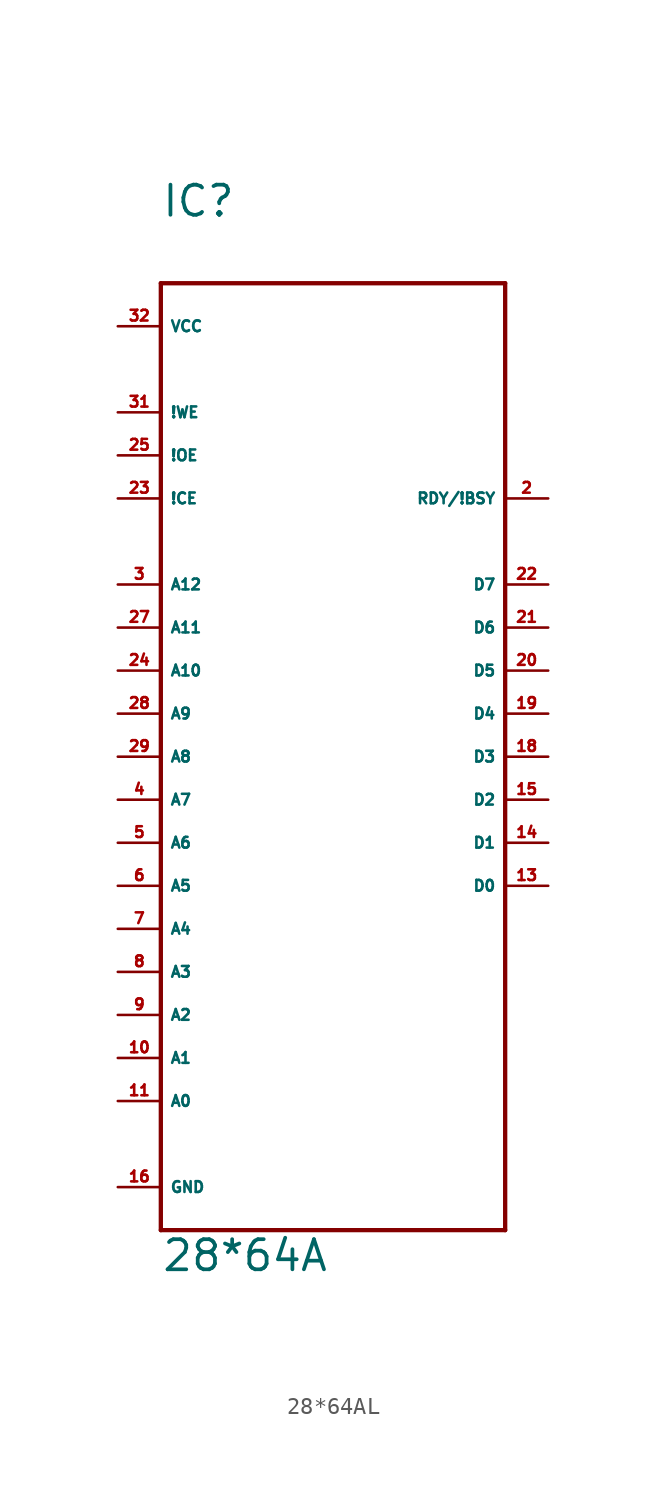
<source format=kicad_sym>
(kicad_symbol_lib
  (version 20220914)
  (generator Eagle2Kicad)
  (symbol "28*64AL"
    (property "Reference" "IC"
      (at -10.16 29.21 0)
      (effects (font (size 1.778 1.778) (thickness 0.22)) (justify left bottom)))
    (property "Value" "28*64A"
      (at -10.16 -33.02 0)
      (effects (font (size 1.778 1.778) (thickness 0.22)) (justify left bottom)))
    (polyline
      (pts (xy -10.16 25.4) (xy 10.16 25.4))
      (stroke (width 0.254) (type default))
      (fill (type none)))
    (polyline
      (pts (xy 10.16 25.4) (xy 10.16 -30.48))
      (stroke (width 0.254) (type default))
      (fill (type none)))
    (polyline
      (pts (xy 10.16 -30.48) (xy -10.16 -30.48))
      (stroke (width 0.254) (type default))
      (fill (type none)))
    (polyline
      (pts (xy -10.16 -30.48) (xy -10.16 25.4))
      (stroke (width 0.254) (type default))
      (fill (type none)))
    (pin input line
      (at -12.7 -22.86 0)
      (length 2.54)
      (name "A0" (effects (font (size 0.635 0.635) (thickness 0.08)) (justify left bottom)))
      (number "11" (effects (font (size 0.635 0.635) (thickness 0.08)) (justify left bottom))))
    (pin input line
      (at -12.7 -20.32 0)
      (length 2.54)
      (name "A1" (effects (font (size 0.635 0.635) (thickness 0.08)) (justify left bottom)))
      (number "10" (effects (font (size 0.635 0.635) (thickness 0.08)) (justify left bottom))))
    (pin input line
      (at -12.7 -17.78 0)
      (length 2.54)
      (name "A2" (effects (font (size 0.635 0.635) (thickness 0.08)) (justify left bottom)))
      (number "9" (effects (font (size 0.635 0.635) (thickness 0.08)) (justify left bottom))))
    (pin input line
      (at -12.7 -15.24 0)
      (length 2.54)
      (name "A3" (effects (font (size 0.635 0.635) (thickness 0.08)) (justify left bottom)))
      (number "8" (effects (font (size 0.635 0.635) (thickness 0.08)) (justify left bottom))))
    (pin input line
      (at -12.7 -12.7 0)
      (length 2.54)
      (name "A4" (effects (font (size 0.635 0.635) (thickness 0.08)) (justify left bottom)))
      (number "7" (effects (font (size 0.635 0.635) (thickness 0.08)) (justify left bottom))))
    (pin input line
      (at -12.7 -10.16 0)
      (length 2.54)
      (name "A5" (effects (font (size 0.635 0.635) (thickness 0.08)) (justify left bottom)))
      (number "6" (effects (font (size 0.635 0.635) (thickness 0.08)) (justify left bottom))))
    (pin input line
      (at -12.7 -7.62 0)
      (length 2.54)
      (name "A6" (effects (font (size 0.635 0.635) (thickness 0.08)) (justify left bottom)))
      (number "5" (effects (font (size 0.635 0.635) (thickness 0.08)) (justify left bottom))))
    (pin input line
      (at -12.7 -5.08 0)
      (length 2.54)
      (name "A7" (effects (font (size 0.635 0.635) (thickness 0.08)) (justify left bottom)))
      (number "4" (effects (font (size 0.635 0.635) (thickness 0.08)) (justify left bottom))))
    (pin input line
      (at -12.7 -2.54 0)
      (length 2.54)
      (name "A8" (effects (font (size 0.635 0.635) (thickness 0.08)) (justify left bottom)))
      (number "29" (effects (font (size 0.635 0.635) (thickness 0.08)) (justify left bottom))))
    (pin input line
      (at -12.7 17.78 0)
      (length 2.54)
      (name "!WE" (effects (font (size 0.635 0.635) (thickness 0.08)) (justify left bottom)))
      (number "31" (effects (font (size 0.635 0.635) (thickness 0.08)) (justify left bottom))))
    (pin input line
      (at -12.7 12.7 0)
      (length 2.54)
      (name "!CE" (effects (font (size 0.635 0.635) (thickness 0.08)) (justify left bottom)))
      (number "23" (effects (font (size 0.635 0.635) (thickness 0.08)) (justify left bottom))))
    (pin input line
      (at -12.7 15.24 0)
      (length 2.54)
      (name "!OE" (effects (font (size 0.635 0.635) (thickness 0.08)) (justify left bottom)))
      (number "25" (effects (font (size 0.635 0.635) (thickness 0.08)) (justify left bottom))))
    (pin tri_state line
      (at 12.7 -10.16 180)
      (length 2.54)
      (name "D0" (effects (font (size 0.635 0.635) (thickness 0.08)) (justify left bottom)))
      (number "13" (effects (font (size 0.635 0.635) (thickness 0.08)) (justify left bottom))))
    (pin tri_state line
      (at 12.7 -7.62 180)
      (length 2.54)
      (name "D1" (effects (font (size 0.635 0.635) (thickness 0.08)) (justify left bottom)))
      (number "14" (effects (font (size 0.635 0.635) (thickness 0.08)) (justify left bottom))))
    (pin tri_state line
      (at 12.7 -5.08 180)
      (length 2.54)
      (name "D2" (effects (font (size 0.635 0.635) (thickness 0.08)) (justify left bottom)))
      (number "15" (effects (font (size 0.635 0.635) (thickness 0.08)) (justify left bottom))))
    (pin tri_state line
      (at 12.7 -2.54 180)
      (length 2.54)
      (name "D3" (effects (font (size 0.635 0.635) (thickness 0.08)) (justify left bottom)))
      (number "18" (effects (font (size 0.635 0.635) (thickness 0.08)) (justify left bottom))))
    (pin tri_state line
      (at 12.7 0 180)
      (length 2.54)
      (name "D4" (effects (font (size 0.635 0.635) (thickness 0.08)) (justify left bottom)))
      (number "19" (effects (font (size 0.635 0.635) (thickness 0.08)) (justify left bottom))))
    (pin tri_state line
      (at 12.7 2.54 180)
      (length 2.54)
      (name "D5" (effects (font (size 0.635 0.635) (thickness 0.08)) (justify left bottom)))
      (number "20" (effects (font (size 0.635 0.635) (thickness 0.08)) (justify left bottom))))
    (pin tri_state line
      (at 12.7 5.08 180)
      (length 2.54)
      (name "D6" (effects (font (size 0.635 0.635) (thickness 0.08)) (justify left bottom)))
      (number "21" (effects (font (size 0.635 0.635) (thickness 0.08)) (justify left bottom))))
    (pin tri_state line
      (at 12.7 7.62 180)
      (length 2.54)
      (name "D7" (effects (font (size 0.635 0.635) (thickness 0.08)) (justify left bottom)))
      (number "22" (effects (font (size 0.635 0.635) (thickness 0.08)) (justify left bottom))))
    (pin unspecified line
      (at -12.7 22.86 0)
      (length 2.54)
      (name "VCC" (effects (font (size 0.635 0.635) (thickness 0.08)) (justify left bottom)))
      (number "32" (effects (font (size 0.635 0.635) (thickness 0.08)) (justify left bottom))))
    (pin unspecified line
      (at -12.7 -27.94 0)
      (length 2.54)
      (name "GND" (effects (font (size 0.635 0.635) (thickness 0.08)) (justify left bottom)))
      (number "16" (effects (font (size 0.635 0.635) (thickness 0.08)) (justify left bottom))))
    (pin input line
      (at -12.7 0 0)
      (length 2.54)
      (name "A9" (effects (font (size 0.635 0.635) (thickness 0.08)) (justify left bottom)))
      (number "28" (effects (font (size 0.635 0.635) (thickness 0.08)) (justify left bottom))))
    (pin input line
      (at -12.7 2.54 0)
      (length 2.54)
      (name "A10" (effects (font (size 0.635 0.635) (thickness 0.08)) (justify left bottom)))
      (number "24" (effects (font (size 0.635 0.635) (thickness 0.08)) (justify left bottom))))
    (pin output line
      (at 12.7 12.7 180)
      (length 2.54)
      (name "RDY/!BSY" (effects (font (size 0.635 0.635) (thickness 0.08)) (justify left bottom)))
      (number "2" (effects (font (size 0.635 0.635) (thickness 0.08)) (justify left bottom))))
    (pin input line
      (at -12.7 5.08 0)
      (length 2.54)
      (name "A11" (effects (font (size 0.635 0.635) (thickness 0.08)) (justify left bottom)))
      (number "27" (effects (font (size 0.635 0.635) (thickness 0.08)) (justify left bottom))))
    (pin input line
      (at -12.7 7.62 0)
      (length 2.54)
      (name "A12" (effects (font (size 0.635 0.635) (thickness 0.08)) (justify left bottom)))
      (number "3" (effects (font (size 0.635 0.635) (thickness 0.08)) (justify left bottom))))))
</source>
